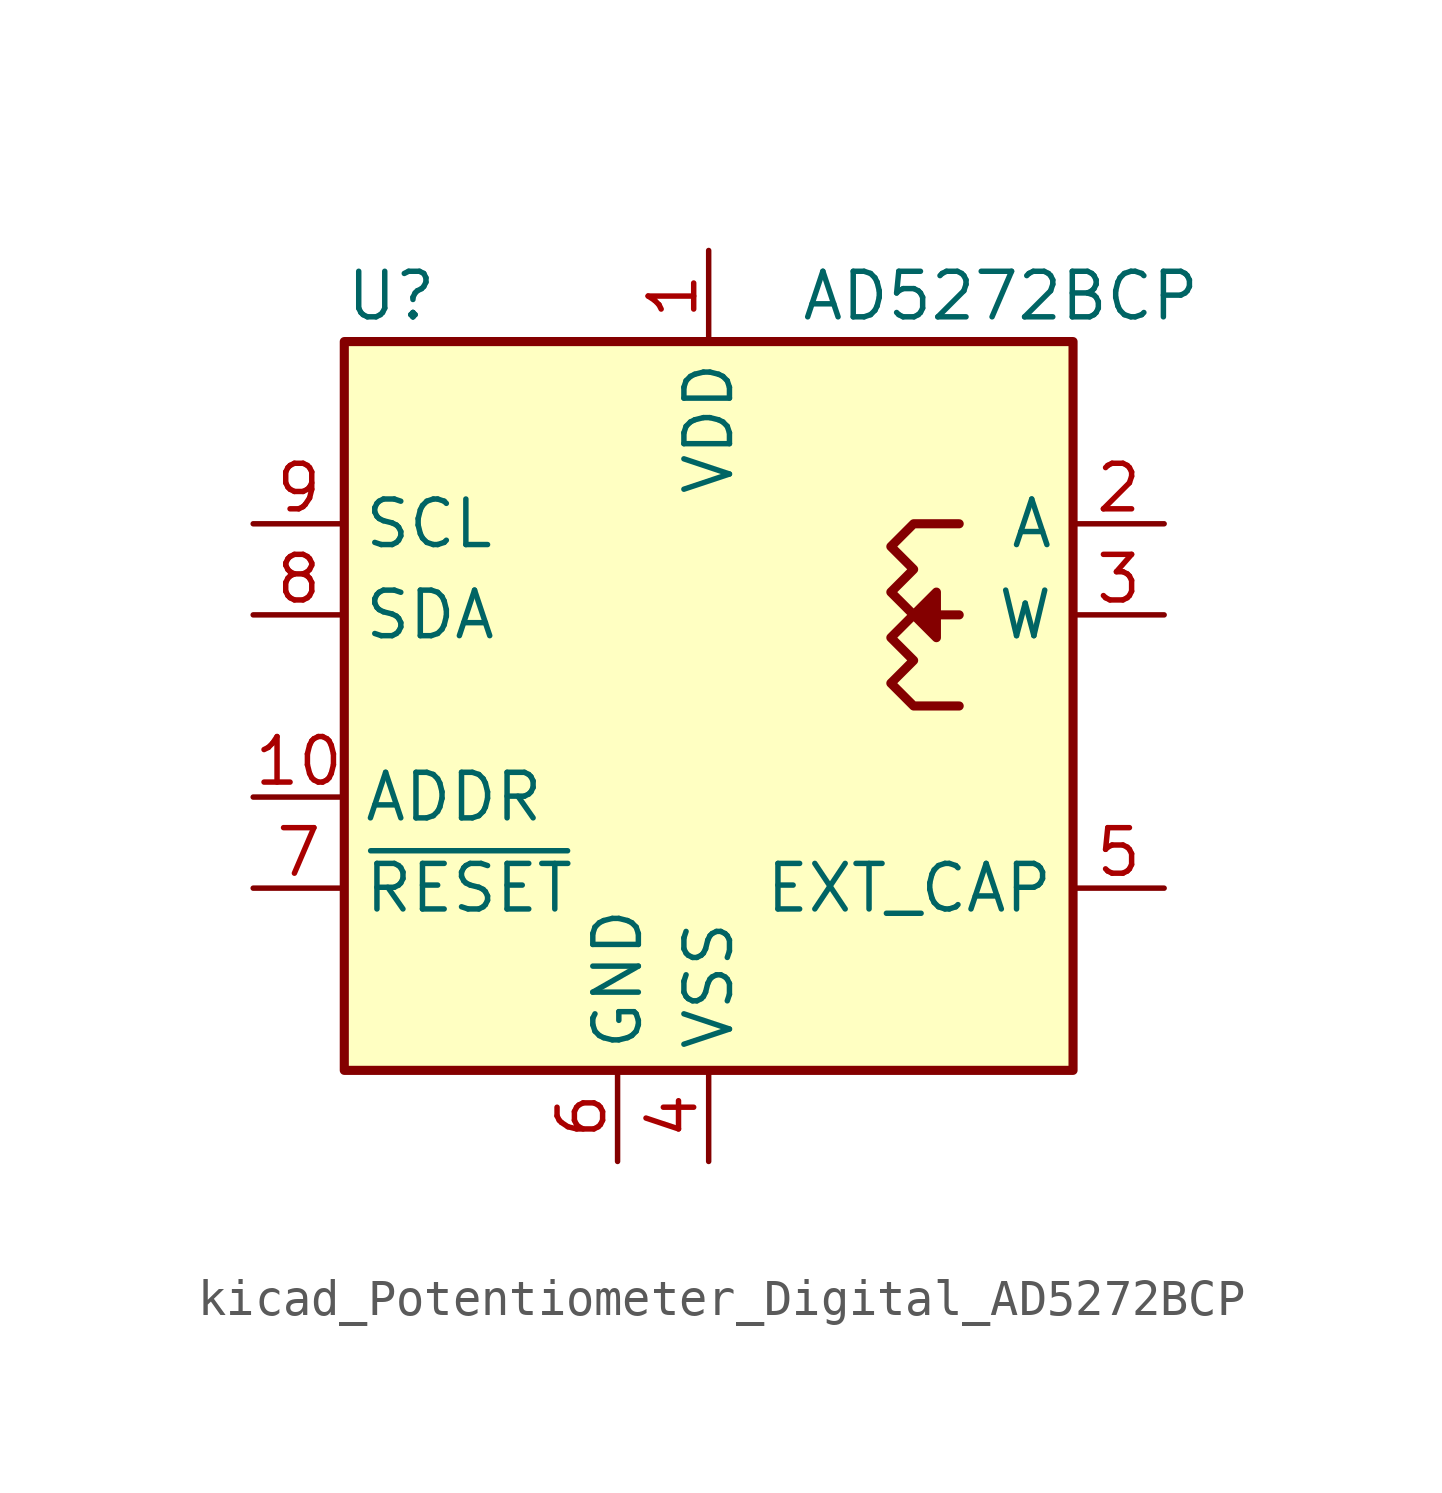
<source format=kicad_sym>
(kicad_symbol_lib
  (version 20220914)
  (generator kicad_symbol_editor)
  (symbol "kicad_Potentiometer_Digital_AD5272BCP"
    (property "Reference" "U"
      (at -10.16 11.43 0)
      (effects (font (size 1.27 1.27)) (justify left)))
    (property "Value" "AD5272BCP"
      (at 2.54 11.43 0)
      (effects (font (size 1.27 1.27)) (justify left)))
    (symbol "kicad_Potentiometer_Digital_AD5272BCP_0_1"
      (rectangle (start -10.16 10.16) (end 10.16 -10.16) (stroke (width 0.254) (type default)) (fill (type background)))
      (polyline (pts (xy 6.985 2.54) (xy 6.35 2.54) (xy 5.715 2.54) (xy 6.35 3.175) (xy 6.35 1.905) (xy 5.715 2.54)) (stroke (width 0.254) (type default)) (fill (type outline)))
      (polyline (pts (xy 6.985 5.08) (xy 5.715 5.08) (xy 5.08 4.445) (xy 5.715 3.81) (xy 5.08 3.175) (xy 5.715 2.54) (xy 5.08 1.905) (xy 5.715 1.27) (xy 5.08 0.635) (xy 5.715 0) (xy 6.985 0)) (stroke (width 0.254) (type default)) (fill (type none))))
    (symbol "kicad_Potentiometer_Digital_AD5272BCP_1_1"
      (pin power_in line (at 0 12.7 270) (length 2.54) (name "VDD" (effects (font (size 1.27 1.27)))) (number "1" (effects (font (size 1.27 1.27)))))
      (pin passive line (at -12.7 -2.54 0) (length 2.54) (name "ADDR" (effects (font (size 1.27 1.27)))) (number "10" (effects (font (size 1.27 1.27)))))
      (pin passive line (at 0 -12.7 90) (length 2.54) hide (name "VSS" (effects (font (size 1.27 1.27)))) (number "11" (effects (font (size 1.27 1.27)))))
      (pin passive line (at 12.7 5.08 180) (length 2.54) (name "A" (effects (font (size 1.27 1.27)))) (number "2" (effects (font (size 1.27 1.27)))))
      (pin passive line (at 12.7 2.54 180) (length 2.54) (name "W" (effects (font (size 1.27 1.27)))) (number "3" (effects (font (size 1.27 1.27)))))
      (pin power_in line (at 0 -12.7 90) (length 2.54) (name "VSS" (effects (font (size 1.27 1.27)))) (number "4" (effects (font (size 1.27 1.27)))))
      (pin passive line (at 12.7 -5.08 180) (length 2.54) (name "EXT_CAP" (effects (font (size 1.27 1.27)))) (number "5" (effects (font (size 1.27 1.27)))))
      (pin power_in line (at -2.54 -12.7 90) (length 2.54) (name "GND" (effects (font (size 1.27 1.27)))) (number "6" (effects (font (size 1.27 1.27)))))
      (pin input line (at -12.7 -5.08 0) (length 2.54) (name "~{RESET}" (effects (font (size 1.27 1.27)))) (number "7" (effects (font (size 1.27 1.27)))))
      (pin bidirectional line (at -12.7 2.54 0) (length 2.54) (name "SDA" (effects (font (size 1.27 1.27)))) (number "8" (effects (font (size 1.27 1.27)))))
      (pin input line (at -12.7 5.08 0) (length 2.54) (name "SCL" (effects (font (size 1.27 1.27)))) (number "9" (effects (font (size 1.27 1.27))))))))
</source>
